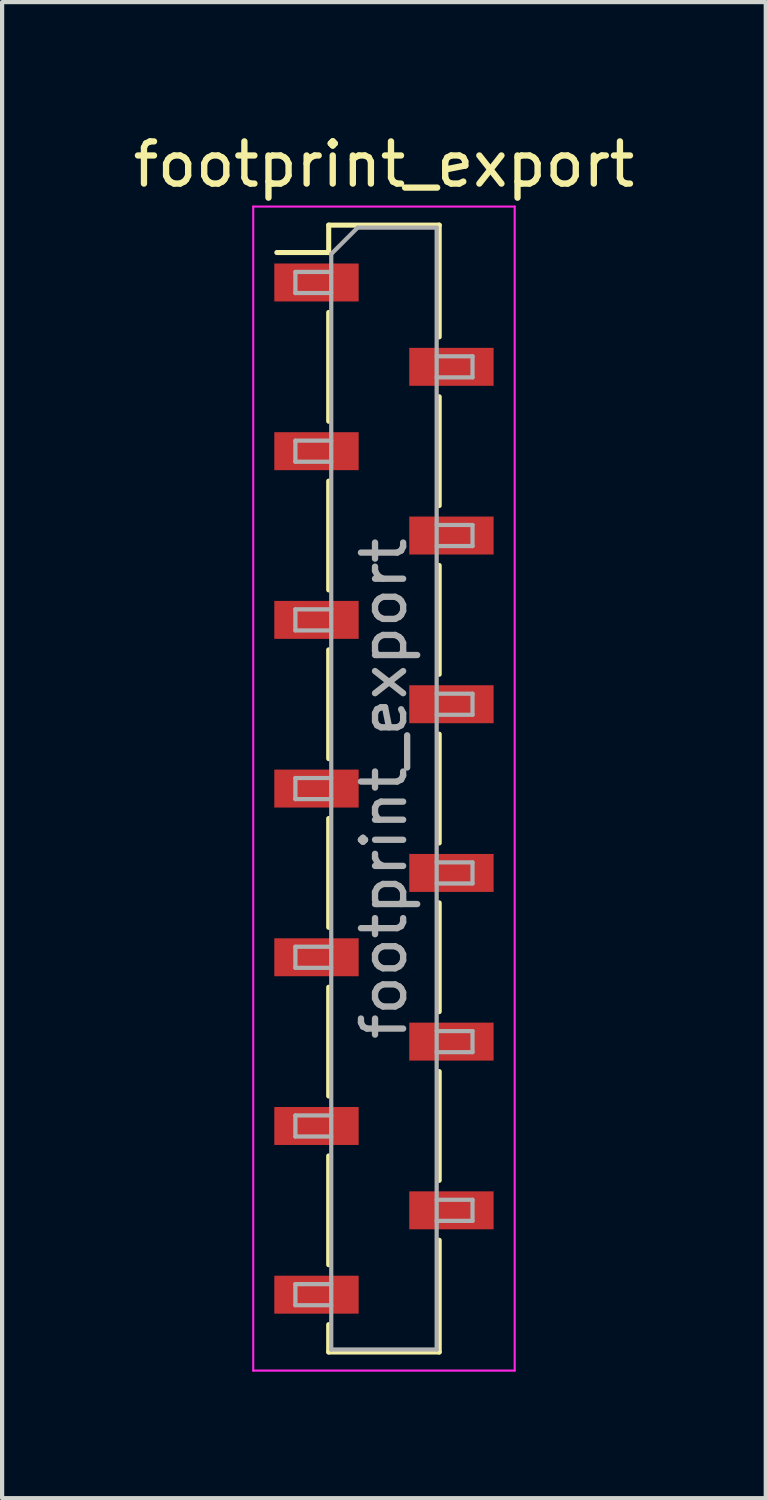
<source format=kicad_pcb>
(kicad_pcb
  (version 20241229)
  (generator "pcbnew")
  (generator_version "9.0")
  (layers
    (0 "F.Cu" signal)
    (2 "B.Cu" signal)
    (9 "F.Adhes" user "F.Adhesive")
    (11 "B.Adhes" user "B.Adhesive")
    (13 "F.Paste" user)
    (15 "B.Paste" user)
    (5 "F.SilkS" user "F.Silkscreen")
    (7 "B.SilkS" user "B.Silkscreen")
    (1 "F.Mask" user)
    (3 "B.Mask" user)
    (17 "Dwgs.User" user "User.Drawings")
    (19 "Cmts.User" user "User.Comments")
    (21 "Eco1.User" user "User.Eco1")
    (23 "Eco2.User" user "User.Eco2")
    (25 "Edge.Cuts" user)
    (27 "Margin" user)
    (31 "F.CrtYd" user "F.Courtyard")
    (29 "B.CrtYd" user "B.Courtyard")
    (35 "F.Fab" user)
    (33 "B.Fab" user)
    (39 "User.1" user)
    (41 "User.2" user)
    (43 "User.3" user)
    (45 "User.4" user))
  (footprint "footprint_export"
    (layer "F.Cu")
    (at 6.054 15.648)
    (property "Reference" "footprint_export" (at 0 -14.8 0) (layer "F.SilkS") (effects (font (size 1 1) (thickness 0.15))))
    (attr smd)
    (fp_line (start -2.54 -12.71) (end -1.31 -12.71) (stroke (width 0.12) (type solid)) (layer "F.SilkS"))
    (fp_line (start -1.31 -13.36) (end -1.31 -12.71) (stroke (width 0.12) (type solid)) (layer "F.SilkS"))
    (fp_line (start -1.31 -13.36) (end 1.31 -13.36) (stroke (width 0.12) (type solid)) (layer "F.SilkS"))
    (fp_line (start -1.31 -11.29) (end -1.31 -8.71) (stroke (width 0.12) (type solid)) (layer "F.SilkS"))
    (fp_line (start -1.31 -7.29) (end -1.31 -4.71) (stroke (width 0.12) (type solid)) (layer "F.SilkS"))
    (fp_line (start -1.31 -3.29) (end -1.31 -0.71) (stroke (width 0.12) (type solid)) (layer "F.SilkS"))
    (fp_line (start -1.31 0.71) (end -1.31 3.29) (stroke (width 0.12) (type solid)) (layer "F.SilkS"))
    (fp_line (start -1.31 4.71) (end -1.31 7.29) (stroke (width 0.12) (type solid)) (layer "F.SilkS"))
    (fp_line (start -1.31 8.71) (end -1.31 11.29) (stroke (width 0.12) (type solid)) (layer "F.SilkS"))
    (fp_line (start -1.31 12.71) (end -1.31 13.36) (stroke (width 0.12) (type solid)) (layer "F.SilkS"))
    (fp_line (start -1.31 13.36) (end 1.31 13.36) (stroke (width 0.12) (type solid)) (layer "F.SilkS"))
    (fp_line (start 1.31 -13.36) (end 1.31 -10.71) (stroke (width 0.12) (type solid)) (layer "F.SilkS"))
    (fp_line (start 1.31 -9.29) (end 1.31 -6.71) (stroke (width 0.12) (type solid)) (layer "F.SilkS"))
    (fp_line (start 1.31 -5.29) (end 1.31 -2.71) (stroke (width 0.12) (type solid)) (layer "F.SilkS"))
    (fp_line (start 1.31 -1.29) (end 1.31 1.29) (stroke (width 0.12) (type solid)) (layer "F.SilkS"))
    (fp_line (start 1.31 2.71) (end 1.31 5.29) (stroke (width 0.12) (type solid)) (layer "F.SilkS"))
    (fp_line (start 1.31 6.71) (end 1.31 9.29) (stroke (width 0.12) (type solid)) (layer "F.SilkS"))
    (fp_line (start 1.31 10.71) (end 1.31 13.36) (stroke (width 0.12) (type solid)) (layer "F.SilkS"))
    (fp_line (start -3.1 -13.8) (end 3.1 -13.8) (stroke (width 0.05) (type solid)) (layer "F.CrtYd"))
    (fp_line (start -3.1 13.8) (end -3.1 -13.8) (stroke (width 0.05) (type solid)) (layer "F.CrtYd"))
    (fp_line (start 3.1 -13.8) (end 3.1 13.8) (stroke (width 0.05) (type solid)) (layer "F.CrtYd"))
    (fp_line (start 3.1 13.8) (end -3.1 13.8) (stroke (width 0.05) (type solid)) (layer "F.CrtYd"))
    (fp_line (start -2.1 -12.25) (end -1.25 -12.25) (stroke (width 0.1) (type solid)) (layer "F.Fab"))
    (fp_line (start -2.1 -11.75) (end -2.1 -12.25) (stroke (width 0.1) (type solid)) (layer "F.Fab"))
    (fp_line (start -2.1 -8.25) (end -1.25 -8.25) (stroke (width 0.1) (type solid)) (layer "F.Fab"))
    (fp_line (start -2.1 -7.75) (end -2.1 -8.25) (stroke (width 0.1) (type solid)) (layer "F.Fab"))
    (fp_line (start -2.1 -4.25) (end -1.25 -4.25) (stroke (width 0.1) (type solid)) (layer "F.Fab"))
    (fp_line (start -2.1 -3.75) (end -2.1 -4.25) (stroke (width 0.1) (type solid)) (layer "F.Fab"))
    (fp_line (start -2.1 -0.25) (end -1.25 -0.25) (stroke (width 0.1) (type solid)) (layer "F.Fab"))
    (fp_line (start -2.1 0.25) (end -2.1 -0.25) (stroke (width 0.1) (type solid)) (layer "F.Fab"))
    (fp_line (start -2.1 3.75) (end -1.25 3.75) (stroke (width 0.1) (type solid)) (layer "F.Fab"))
    (fp_line (start -2.1 4.25) (end -2.1 3.75) (stroke (width 0.1) (type solid)) (layer "F.Fab"))
    (fp_line (start -2.1 7.75) (end -1.25 7.75) (stroke (width 0.1) (type solid)) (layer "F.Fab"))
    (fp_line (start -2.1 8.25) (end -2.1 7.75) (stroke (width 0.1) (type solid)) (layer "F.Fab"))
    (fp_line (start -2.1 11.75) (end -1.25 11.75) (stroke (width 0.1) (type solid)) (layer "F.Fab"))
    (fp_line (start -2.1 12.25) (end -2.1 11.75) (stroke (width 0.1) (type solid)) (layer "F.Fab"))
    (fp_line (start -1.25 -12.675) (end -0.625 -13.3) (stroke (width 0.1) (type solid)) (layer "F.Fab"))
    (fp_line (start -1.25 -11.75) (end -2.1 -11.75) (stroke (width 0.1) (type solid)) (layer "F.Fab"))
    (fp_line (start -1.25 -7.75) (end -2.1 -7.75) (stroke (width 0.1) (type solid)) (layer "F.Fab"))
    (fp_line (start -1.25 -3.75) (end -2.1 -3.75) (stroke (width 0.1) (type solid)) (layer "F.Fab"))
    (fp_line (start -1.25 0.25) (end -2.1 0.25) (stroke (width 0.1) (type solid)) (layer "F.Fab"))
    (fp_line (start -1.25 4.25) (end -2.1 4.25) (stroke (width 0.1) (type solid)) (layer "F.Fab"))
    (fp_line (start -1.25 8.25) (end -2.1 8.25) (stroke (width 0.1) (type solid)) (layer "F.Fab"))
    (fp_line (start -1.25 12.25) (end -2.1 12.25) (stroke (width 0.1) (type solid)) (layer "F.Fab"))
    (fp_line (start -1.25 13.3) (end -1.25 -12.675) (stroke (width 0.1) (type solid)) (layer "F.Fab"))
    (fp_line (start -0.625 -13.3) (end 1.25 -13.3) (stroke (width 0.1) (type solid)) (layer "F.Fab"))
    (fp_line (start 1.25 -13.3) (end 1.25 13.3) (stroke (width 0.1) (type solid)) (layer "F.Fab"))
    (fp_line (start 1.25 -10.25) (end 2.1 -10.25) (stroke (width 0.1) (type solid)) (layer "F.Fab"))
    (fp_line (start 1.25 -6.25) (end 2.1 -6.25) (stroke (width 0.1) (type solid)) (layer "F.Fab"))
    (fp_line (start 1.25 -2.25) (end 2.1 -2.25) (stroke (width 0.1) (type solid)) (layer "F.Fab"))
    (fp_line (start 1.25 1.75) (end 2.1 1.75) (stroke (width 0.1) (type solid)) (layer "F.Fab"))
    (fp_line (start 1.25 5.75) (end 2.1 5.75) (stroke (width 0.1) (type solid)) (layer "F.Fab"))
    (fp_line (start 1.25 9.75) (end 2.1 9.75) (stroke (width 0.1) (type solid)) (layer "F.Fab"))
    (fp_line (start 1.25 13.3) (end -1.25 13.3) (stroke (width 0.1) (type solid)) (layer "F.Fab"))
    (fp_line (start 2.1 -10.25) (end 2.1 -9.75) (stroke (width 0.1) (type solid)) (layer "F.Fab"))
    (fp_line (start 2.1 -9.75) (end 1.25 -9.75) (stroke (width 0.1) (type solid)) (layer "F.Fab"))
    (fp_line (start 2.1 -6.25) (end 2.1 -5.75) (stroke (width 0.1) (type solid)) (layer "F.Fab"))
    (fp_line (start 2.1 -5.75) (end 1.25 -5.75) (stroke (width 0.1) (type solid)) (layer "F.Fab"))
    (fp_line (start 2.1 -2.25) (end 2.1 -1.75) (stroke (width 0.1) (type solid)) (layer "F.Fab"))
    (fp_line (start 2.1 -1.75) (end 1.25 -1.75) (stroke (width 0.1) (type solid)) (layer "F.Fab"))
    (fp_line (start 2.1 1.75) (end 2.1 2.25) (stroke (width 0.1) (type solid)) (layer "F.Fab"))
    (fp_line (start 2.1 2.25) (end 1.25 2.25) (stroke (width 0.1) (type solid)) (layer "F.Fab"))
    (fp_line (start 2.1 5.75) (end 2.1 6.25) (stroke (width 0.1) (type solid)) (layer "F.Fab"))
    (fp_line (start 2.1 6.25) (end 1.25 6.25) (stroke (width 0.1) (type solid)) (layer "F.Fab"))
    (fp_line (start 2.1 9.75) (end 2.1 10.25) (stroke (width 0.1) (type solid)) (layer "F.Fab"))
    (fp_line (start 2.1 10.25) (end 1.25 10.25) (stroke (width 0.1) (type solid)) (layer "F.Fab"))
    (fp_text user "${REFERENCE}" (at 0 0 90) (layer "F.Fab") (effects (font (size 1 1) (thickness 0.15))))
    (pad "1" smd rect (at -1.6 -12) (size 2 0.9) (layers "F.Cu" "F.Mask" "F.Paste"))
    (pad "2" smd rect (at 1.6 -10) (size 2 0.9) (layers "F.Cu" "F.Mask" "F.Paste"))
    (pad "3" smd rect (at -1.6 -8) (size 2 0.9) (layers "F.Cu" "F.Mask" "F.Paste"))
    (pad "4" smd rect (at 1.6 -6) (size 2 0.9) (layers "F.Cu" "F.Mask" "F.Paste"))
    (pad "5" smd rect (at -1.6 -4) (size 2 0.9) (layers "F.Cu" "F.Mask" "F.Paste"))
    (pad "6" smd rect (at 1.6 -2) (size 2 0.9) (layers "F.Cu" "F.Mask" "F.Paste"))
    (pad "7" smd rect (at -1.6 0) (size 2 0.9) (layers "F.Cu" "F.Mask" "F.Paste"))
    (pad "8" smd rect (at 1.6 2) (size 2 0.9) (layers "F.Cu" "F.Mask" "F.Paste"))
    (pad "9" smd rect (at -1.6 4) (size 2 0.9) (layers "F.Cu" "F.Mask" "F.Paste"))
    (pad "10" smd rect (at 1.6 6) (size 2 0.9) (layers "F.Cu" "F.Mask" "F.Paste"))
    (pad "11" smd rect (at -1.6 8) (size 2 0.9) (layers "F.Cu" "F.Mask" "F.Paste"))
    (pad "12" smd rect (at 1.6 10) (size 2 0.9) (layers "F.Cu" "F.Mask" "F.Paste"))
    (pad "13" smd rect (at -1.6 12) (size 2 0.9) (layers "F.Cu" "F.Mask" "F.Paste")))
  (gr_rect
    (start -3 -3)
    (end 15.107 32.473)
    (stroke (width 0.1) (type default))
    (fill no)
    (layer "Edge.Cuts")))
</source>
